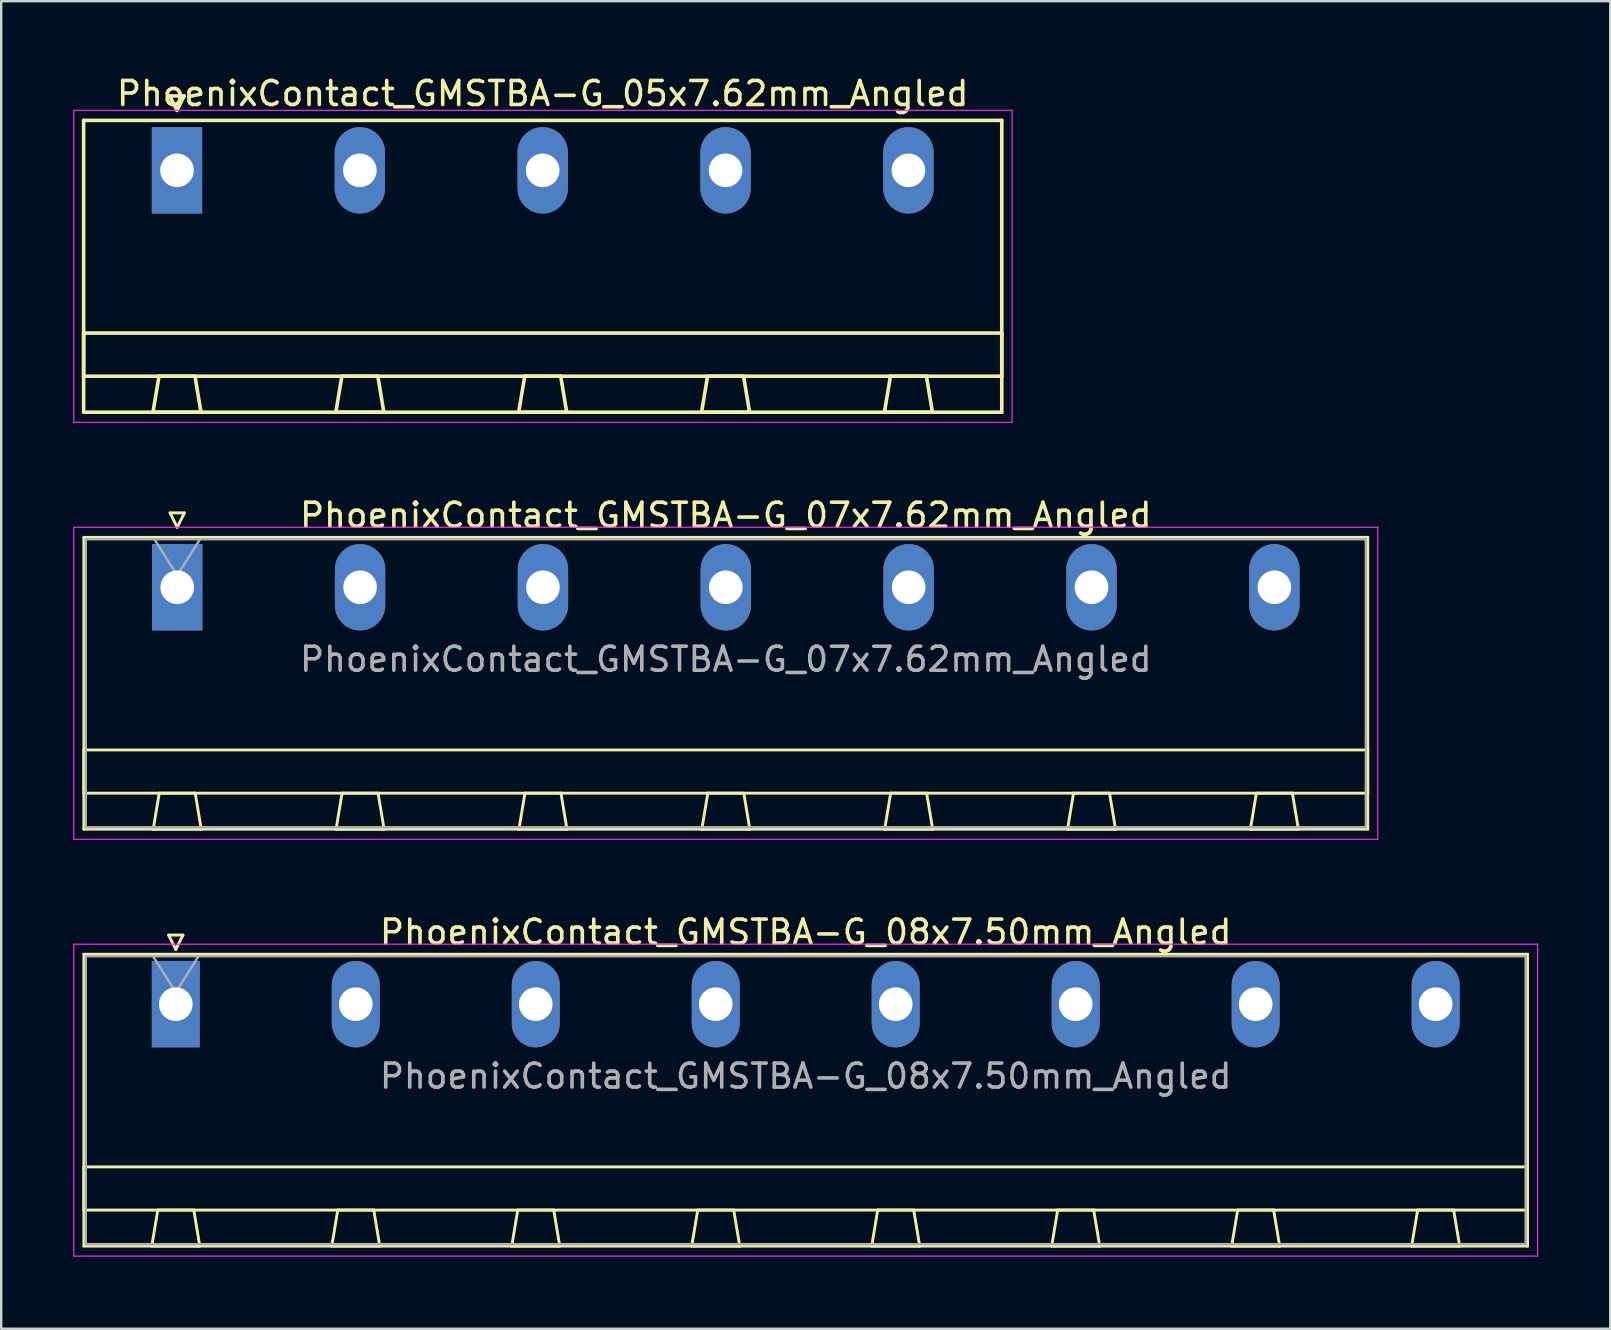
<source format=kicad_pcb>
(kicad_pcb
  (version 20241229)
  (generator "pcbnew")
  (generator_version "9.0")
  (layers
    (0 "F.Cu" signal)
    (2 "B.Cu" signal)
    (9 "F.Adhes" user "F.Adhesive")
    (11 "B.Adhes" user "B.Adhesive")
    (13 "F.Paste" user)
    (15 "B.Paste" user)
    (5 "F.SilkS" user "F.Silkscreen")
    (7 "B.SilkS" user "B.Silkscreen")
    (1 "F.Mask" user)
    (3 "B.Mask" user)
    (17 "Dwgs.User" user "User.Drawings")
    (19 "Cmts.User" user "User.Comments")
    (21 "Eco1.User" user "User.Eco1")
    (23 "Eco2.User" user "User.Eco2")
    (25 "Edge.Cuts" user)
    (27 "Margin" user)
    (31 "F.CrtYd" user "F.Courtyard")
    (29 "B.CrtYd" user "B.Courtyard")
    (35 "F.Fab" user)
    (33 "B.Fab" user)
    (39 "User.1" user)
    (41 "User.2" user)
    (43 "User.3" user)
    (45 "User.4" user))
  (footprint "PhoenixContact_GMSTBA-G_07x7.62mm_Angled"
    (layer "F.Cu")
    (at 4.335 21.422)
    (property "Reference" "PhoenixContact_GMSTBA-G_07x7.62mm_Angled" (at 22.86 -3 0) (layer "F.SilkS") (effects (font (size 1 1) (thickness 0.15))))
    (attr through_hole)
    (fp_line (start -3.89 -2.08) (end -3.89 10.08) (stroke (width 0.12) (type solid)) (layer "F.SilkS"))
    (fp_line (start -3.89 6.78) (end 49.61 6.78) (stroke (width 0.12) (type solid)) (layer "F.SilkS"))
    (fp_line (start -3.89 8.58) (end -3.89 6.78) (stroke (width 0.12) (type solid)) (layer "F.SilkS"))
    (fp_line (start -3.89 10.08) (end 49.61 10.08) (stroke (width 0.12) (type solid)) (layer "F.SilkS"))
    (fp_line (start -1 10.08) (end 1 10.08) (stroke (width 0.12) (type solid)) (layer "F.SilkS"))
    (fp_line (start -0.75 8.58) (end -1 10.08) (stroke (width 0.12) (type solid)) (layer "F.SilkS"))
    (fp_line (start -0.3 -3.1) (end 0.3 -3.1) (stroke (width 0.12) (type solid)) (layer "F.SilkS"))
    (fp_line (start 0 -2.5) (end -0.3 -3.1) (stroke (width 0.12) (type solid)) (layer "F.SilkS"))
    (fp_line (start 0.3 -3.1) (end 0 -2.5) (stroke (width 0.12) (type solid)) (layer "F.SilkS"))
    (fp_line (start 0.75 8.58) (end -0.75 8.58) (stroke (width 0.12) (type solid)) (layer "F.SilkS"))
    (fp_line (start 1 10.08) (end 0.75 8.58) (stroke (width 0.12) (type solid)) (layer "F.SilkS"))
    (fp_line (start 6.62 10.08) (end 8.62 10.08) (stroke (width 0.12) (type solid)) (layer "F.SilkS"))
    (fp_line (start 6.87 8.58) (end 6.62 10.08) (stroke (width 0.12) (type solid)) (layer "F.SilkS"))
    (fp_line (start 8.37 8.58) (end 6.87 8.58) (stroke (width 0.12) (type solid)) (layer "F.SilkS"))
    (fp_line (start 8.62 10.08) (end 8.37 8.58) (stroke (width 0.12) (type solid)) (layer "F.SilkS"))
    (fp_line (start 14.24 10.08) (end 16.24 10.08) (stroke (width 0.12) (type solid)) (layer "F.SilkS"))
    (fp_line (start 14.49 8.58) (end 14.24 10.08) (stroke (width 0.12) (type solid)) (layer "F.SilkS"))
    (fp_line (start 15.99 8.58) (end 14.49 8.58) (stroke (width 0.12) (type solid)) (layer "F.SilkS"))
    (fp_line (start 16.24 10.08) (end 15.99 8.58) (stroke (width 0.12) (type solid)) (layer "F.SilkS"))
    (fp_line (start 21.86 10.08) (end 23.86 10.08) (stroke (width 0.12) (type solid)) (layer "F.SilkS"))
    (fp_line (start 22.11 8.58) (end 21.86 10.08) (stroke (width 0.12) (type solid)) (layer "F.SilkS"))
    (fp_line (start 23.61 8.58) (end 22.11 8.58) (stroke (width 0.12) (type solid)) (layer "F.SilkS"))
    (fp_line (start 23.86 10.08) (end 23.61 8.58) (stroke (width 0.12) (type solid)) (layer "F.SilkS"))
    (fp_line (start 29.48 10.08) (end 31.48 10.08) (stroke (width 0.12) (type solid)) (layer "F.SilkS"))
    (fp_line (start 29.73 8.58) (end 29.48 10.08) (stroke (width 0.12) (type solid)) (layer "F.SilkS"))
    (fp_line (start 31.23 8.58) (end 29.73 8.58) (stroke (width 0.12) (type solid)) (layer "F.SilkS"))
    (fp_line (start 31.48 10.08) (end 31.23 8.58) (stroke (width 0.12) (type solid)) (layer "F.SilkS"))
    (fp_line (start 37.1 10.08) (end 39.1 10.08) (stroke (width 0.12) (type solid)) (layer "F.SilkS"))
    (fp_line (start 37.35 8.58) (end 37.1 10.08) (stroke (width 0.12) (type solid)) (layer "F.SilkS"))
    (fp_line (start 38.85 8.58) (end 37.35 8.58) (stroke (width 0.12) (type solid)) (layer "F.SilkS"))
    (fp_line (start 39.1 10.08) (end 38.85 8.58) (stroke (width 0.12) (type solid)) (layer "F.SilkS"))
    (fp_line (start 44.72 10.08) (end 46.72 10.08) (stroke (width 0.12) (type solid)) (layer "F.SilkS"))
    (fp_line (start 44.97 8.58) (end 44.72 10.08) (stroke (width 0.12) (type solid)) (layer "F.SilkS"))
    (fp_line (start 46.47 8.58) (end 44.97 8.58) (stroke (width 0.12) (type solid)) (layer "F.SilkS"))
    (fp_line (start 46.72 10.08) (end 46.47 8.58) (stroke (width 0.12) (type solid)) (layer "F.SilkS"))
    (fp_line (start 49.61 -2.08) (end -3.89 -2.08) (stroke (width 0.12) (type solid)) (layer "F.SilkS"))
    (fp_line (start 49.61 6.78) (end 49.61 8.58) (stroke (width 0.12) (type solid)) (layer "F.SilkS"))
    (fp_line (start 49.61 8.58) (end -3.89 8.58) (stroke (width 0.12) (type solid)) (layer "F.SilkS"))
    (fp_line (start 49.61 10.08) (end 49.61 -2.08) (stroke (width 0.12) (type solid)) (layer "F.SilkS"))
    (fp_line (start -4.31 -2.5) (end -4.31 10.5) (stroke (width 0.05) (type solid)) (layer "F.CrtYd"))
    (fp_line (start -4.31 10.5) (end 50.03 10.5) (stroke (width 0.05) (type solid)) (layer "F.CrtYd"))
    (fp_line (start 50.03 -2.5) (end -4.31 -2.5) (stroke (width 0.05) (type solid)) (layer "F.CrtYd"))
    (fp_line (start 50.03 10.5) (end 50.03 -2.5) (stroke (width 0.05) (type solid)) (layer "F.CrtYd"))
    (fp_line (start -3.81 -2) (end -3.81 10) (stroke (width 0.1) (type solid)) (layer "F.Fab"))
    (fp_line (start -3.81 10) (end 49.53 10) (stroke (width 0.1) (type solid)) (layer "F.Fab"))
    (fp_line (start 0 -0.5) (end -0.95 -2) (stroke (width 0.1) (type solid)) (layer "F.Fab"))
    (fp_line (start 0.95 -2) (end 0 -0.5) (stroke (width 0.1) (type solid)) (layer "F.Fab"))
    (fp_line (start 49.53 -2) (end -3.81 -2) (stroke (width 0.1) (type solid)) (layer "F.Fab"))
    (fp_line (start 49.53 10) (end 49.53 -2) (stroke (width 0.1) (type solid)) (layer "F.Fab"))
    (fp_text user "${REFERENCE}" (at 22.86 3 0) (layer "F.Fab") (effects (font (size 1 1) (thickness 0.15))))
    (pad "1" thru_hole rect (at 0 0) (size 2.1 3.6) (drill 1.4) (layers "*.Cu" "*.Mask"))
    (pad "2" thru_hole oval (at 7.62 0) (size 2.1 3.6) (drill 1.4) (layers "*.Cu" "*.Mask"))
    (pad "3" thru_hole oval (at 15.24 0) (size 2.1 3.6) (drill 1.4) (layers "*.Cu" "*.Mask"))
    (pad "4" thru_hole oval (at 22.86 0) (size 2.1 3.6) (drill 1.4) (layers "*.Cu" "*.Mask"))
    (pad "5" thru_hole oval (at 30.48 0) (size 2.1 3.6) (drill 1.4) (layers "*.Cu" "*.Mask"))
    (pad "6" thru_hole oval (at 38.1 0) (size 2.1 3.6) (drill 1.4) (layers "*.Cu" "*.Mask"))
    (pad "7" thru_hole oval (at 45.72 0) (size 2.1 3.6) (drill 1.4) (layers "*.Cu" "*.Mask")))
  (footprint "PhoenixContact_GMSTBA-G_05x7.62mm_Angled"
    (layer "F.Cu")
    (at 4.325 4.048)
    (property "Reference" "PhoenixContact_GMSTBA-G_05x7.62mm_Angled" (at 15.24 -3.2 0) (layer "F.SilkS") (effects (font (size 1 1) (thickness 0.15))))
    (attr through_hole)
    (fp_line (start -3.89 -2.08) (end -3.89 10.08) (stroke (width 0.15) (type solid)) (layer "F.SilkS"))
    (fp_line (start -3.89 6.78) (end 34.37 6.78) (stroke (width 0.15) (type solid)) (layer "F.SilkS"))
    (fp_line (start -3.89 8.58) (end -3.89 6.78) (stroke (width 0.15) (type solid)) (layer "F.SilkS"))
    (fp_line (start -3.89 10.08) (end 34.37 10.08) (stroke (width 0.15) (type solid)) (layer "F.SilkS"))
    (fp_line (start -1 10.08) (end 1 10.08) (stroke (width 0.15) (type solid)) (layer "F.SilkS"))
    (fp_line (start -0.75 8.58) (end -1 10.08) (stroke (width 0.15) (type solid)) (layer "F.SilkS"))
    (fp_line (start -0.3 -3.1) (end 0 -2.5) (stroke (width 0.15) (type solid)) (layer "F.SilkS"))
    (fp_line (start 0 -2.5) (end 0.3 -3.1) (stroke (width 0.15) (type solid)) (layer "F.SilkS"))
    (fp_line (start 0.3 -3.1) (end -0.3 -3.1) (stroke (width 0.15) (type solid)) (layer "F.SilkS"))
    (fp_line (start 0.75 8.58) (end -0.75 8.58) (stroke (width 0.15) (type solid)) (layer "F.SilkS"))
    (fp_line (start 1 10.08) (end 0.75 8.58) (stroke (width 0.15) (type solid)) (layer "F.SilkS"))
    (fp_line (start 6.62 10.08) (end 8.62 10.08) (stroke (width 0.15) (type solid)) (layer "F.SilkS"))
    (fp_line (start 6.87 8.58) (end 6.62 10.08) (stroke (width 0.15) (type solid)) (layer "F.SilkS"))
    (fp_line (start 8.37 8.58) (end 6.87 8.58) (stroke (width 0.15) (type solid)) (layer "F.SilkS"))
    (fp_line (start 8.62 10.08) (end 8.37 8.58) (stroke (width 0.15) (type solid)) (layer "F.SilkS"))
    (fp_line (start 14.24 10.08) (end 16.24 10.08) (stroke (width 0.15) (type solid)) (layer "F.SilkS"))
    (fp_line (start 14.49 8.58) (end 14.24 10.08) (stroke (width 0.15) (type solid)) (layer "F.SilkS"))
    (fp_line (start 15.99 8.58) (end 14.49 8.58) (stroke (width 0.15) (type solid)) (layer "F.SilkS"))
    (fp_line (start 16.24 10.08) (end 15.99 8.58) (stroke (width 0.15) (type solid)) (layer "F.SilkS"))
    (fp_line (start 21.86 10.08) (end 23.86 10.08) (stroke (width 0.15) (type solid)) (layer "F.SilkS"))
    (fp_line (start 22.11 8.58) (end 21.86 10.08) (stroke (width 0.15) (type solid)) (layer "F.SilkS"))
    (fp_line (start 23.61 8.58) (end 22.11 8.58) (stroke (width 0.15) (type solid)) (layer "F.SilkS"))
    (fp_line (start 23.86 10.08) (end 23.61 8.58) (stroke (width 0.15) (type solid)) (layer "F.SilkS"))
    (fp_line (start 29.48 10.08) (end 31.48 10.08) (stroke (width 0.15) (type solid)) (layer "F.SilkS"))
    (fp_line (start 29.73 8.58) (end 29.48 10.08) (stroke (width 0.15) (type solid)) (layer "F.SilkS"))
    (fp_line (start 31.23 8.58) (end 29.73 8.58) (stroke (width 0.15) (type solid)) (layer "F.SilkS"))
    (fp_line (start 31.48 10.08) (end 31.23 8.58) (stroke (width 0.15) (type solid)) (layer "F.SilkS"))
    (fp_line (start 34.37 -2.08) (end -3.89 -2.08) (stroke (width 0.15) (type solid)) (layer "F.SilkS"))
    (fp_line (start 34.37 6.78) (end 34.37 8.58) (stroke (width 0.15) (type solid)) (layer "F.SilkS"))
    (fp_line (start 34.37 8.58) (end -3.89 8.58) (stroke (width 0.15) (type solid)) (layer "F.SilkS"))
    (fp_line (start 34.37 10.08) (end 34.37 -2.08) (stroke (width 0.15) (type solid)) (layer "F.SilkS"))
    (fp_line (start -4.3 -2.5) (end -4.3 10.5) (stroke (width 0.05) (type solid)) (layer "F.CrtYd"))
    (fp_line (start -4.3 10.5) (end 34.8 10.5) (stroke (width 0.05) (type solid)) (layer "F.CrtYd"))
    (fp_line (start 34.8 -2.5) (end -4.3 -2.5) (stroke (width 0.05) (type solid)) (layer "F.CrtYd"))
    (fp_line (start 34.8 10.5) (end 34.8 -2.5) (stroke (width 0.05) (type solid)) (layer "F.CrtYd"))
    (pad "1" thru_hole rect (at 0 0) (size 2.1 3.6) (drill 1.4) (layers "*.Cu" "*.Mask"))
    (pad "2" thru_hole oval (at 7.62 0) (size 2.1 3.6) (drill 1.4) (layers "*.Cu" "*.Mask"))
    (pad "3" thru_hole oval (at 15.24 0) (size 2.1 3.6) (drill 1.4) (layers "*.Cu" "*.Mask"))
    (pad "4" thru_hole oval (at 22.86 0) (size 2.1 3.6) (drill 1.4) (layers "*.Cu" "*.Mask"))
    (pad "5" thru_hole oval (at 30.48 0) (size 2.1 3.6) (drill 1.4) (layers "*.Cu" "*.Mask")))
  (footprint "PhoenixContact_GMSTBA-G_08x7.50mm_Angled"
    (layer "F.Cu")
    (at 4.275 38.795)
    (property "Reference" "PhoenixContact_GMSTBA-G_08x7.50mm_Angled" (at 26.25 -3 0) (layer "F.SilkS") (effects (font (size 1 1) (thickness 0.15))))
    (attr through_hole)
    (fp_line (start -3.83 -2.08) (end -3.83 10.08) (stroke (width 0.12) (type solid)) (layer "F.SilkS"))
    (fp_line (start -3.83 6.78) (end 56.33 6.78) (stroke (width 0.12) (type solid)) (layer "F.SilkS"))
    (fp_line (start -3.83 8.58) (end -3.83 6.78) (stroke (width 0.12) (type solid)) (layer "F.SilkS"))
    (fp_line (start -3.83 10.08) (end 56.33 10.08) (stroke (width 0.12) (type solid)) (layer "F.SilkS"))
    (fp_line (start -1 10.08) (end 1 10.08) (stroke (width 0.12) (type solid)) (layer "F.SilkS"))
    (fp_line (start -0.75 8.58) (end -1 10.08) (stroke (width 0.12) (type solid)) (layer "F.SilkS"))
    (fp_line (start -0.3 -2.88) (end 0.3 -2.88) (stroke (width 0.12) (type solid)) (layer "F.SilkS"))
    (fp_line (start 0 -2.28) (end -0.3 -2.88) (stroke (width 0.12) (type solid)) (layer "F.SilkS"))
    (fp_line (start 0.3 -2.88) (end 0 -2.28) (stroke (width 0.12) (type solid)) (layer "F.SilkS"))
    (fp_line (start 0.75 8.58) (end -0.75 8.58) (stroke (width 0.12) (type solid)) (layer "F.SilkS"))
    (fp_line (start 1 10.08) (end 0.75 8.58) (stroke (width 0.12) (type solid)) (layer "F.SilkS"))
    (fp_line (start 6.5 10.08) (end 8.5 10.08) (stroke (width 0.12) (type solid)) (layer "F.SilkS"))
    (fp_line (start 6.75 8.58) (end 6.5 10.08) (stroke (width 0.12) (type solid)) (layer "F.SilkS"))
    (fp_line (start 8.25 8.58) (end 6.75 8.58) (stroke (width 0.12) (type solid)) (layer "F.SilkS"))
    (fp_line (start 8.5 10.08) (end 8.25 8.58) (stroke (width 0.12) (type solid)) (layer "F.SilkS"))
    (fp_line (start 14 10.08) (end 16 10.08) (stroke (width 0.12) (type solid)) (layer "F.SilkS"))
    (fp_line (start 14.25 8.58) (end 14 10.08) (stroke (width 0.12) (type solid)) (layer "F.SilkS"))
    (fp_line (start 15.75 8.58) (end 14.25 8.58) (stroke (width 0.12) (type solid)) (layer "F.SilkS"))
    (fp_line (start 16 10.08) (end 15.75 8.58) (stroke (width 0.12) (type solid)) (layer "F.SilkS"))
    (fp_line (start 21.5 10.08) (end 23.5 10.08) (stroke (width 0.12) (type solid)) (layer "F.SilkS"))
    (fp_line (start 21.75 8.58) (end 21.5 10.08) (stroke (width 0.12) (type solid)) (layer "F.SilkS"))
    (fp_line (start 23.25 8.58) (end 21.75 8.58) (stroke (width 0.12) (type solid)) (layer "F.SilkS"))
    (fp_line (start 23.5 10.08) (end 23.25 8.58) (stroke (width 0.12) (type solid)) (layer "F.SilkS"))
    (fp_line (start 29 10.08) (end 31 10.08) (stroke (width 0.12) (type solid)) (layer "F.SilkS"))
    (fp_line (start 29.25 8.58) (end 29 10.08) (stroke (width 0.12) (type solid)) (layer "F.SilkS"))
    (fp_line (start 30.75 8.58) (end 29.25 8.58) (stroke (width 0.12) (type solid)) (layer "F.SilkS"))
    (fp_line (start 31 10.08) (end 30.75 8.58) (stroke (width 0.12) (type solid)) (layer "F.SilkS"))
    (fp_line (start 36.5 10.08) (end 38.5 10.08) (stroke (width 0.12) (type solid)) (layer "F.SilkS"))
    (fp_line (start 36.75 8.58) (end 36.5 10.08) (stroke (width 0.12) (type solid)) (layer "F.SilkS"))
    (fp_line (start 38.25 8.58) (end 36.75 8.58) (stroke (width 0.12) (type solid)) (layer "F.SilkS"))
    (fp_line (start 38.5 10.08) (end 38.25 8.58) (stroke (width 0.12) (type solid)) (layer "F.SilkS"))
    (fp_line (start 44 10.08) (end 46 10.08) (stroke (width 0.12) (type solid)) (layer "F.SilkS"))
    (fp_line (start 44.25 8.58) (end 44 10.08) (stroke (width 0.12) (type solid)) (layer "F.SilkS"))
    (fp_line (start 45.75 8.58) (end 44.25 8.58) (stroke (width 0.12) (type solid)) (layer "F.SilkS"))
    (fp_line (start 46 10.08) (end 45.75 8.58) (stroke (width 0.12) (type solid)) (layer "F.SilkS"))
    (fp_line (start 51.5 10.08) (end 53.5 10.08) (stroke (width 0.12) (type solid)) (layer "F.SilkS"))
    (fp_line (start 51.75 8.58) (end 51.5 10.08) (stroke (width 0.12) (type solid)) (layer "F.SilkS"))
    (fp_line (start 53.25 8.58) (end 51.75 8.58) (stroke (width 0.12) (type solid)) (layer "F.SilkS"))
    (fp_line (start 53.5 10.08) (end 53.25 8.58) (stroke (width 0.12) (type solid)) (layer "F.SilkS"))
    (fp_line (start 56.33 -2.08) (end -3.83 -2.08) (stroke (width 0.12) (type solid)) (layer "F.SilkS"))
    (fp_line (start 56.33 6.78) (end 56.33 8.58) (stroke (width 0.12) (type solid)) (layer "F.SilkS"))
    (fp_line (start 56.33 8.58) (end -3.83 8.58) (stroke (width 0.12) (type solid)) (layer "F.SilkS"))
    (fp_line (start 56.33 10.08) (end 56.33 -2.08) (stroke (width 0.12) (type solid)) (layer "F.SilkS"))
    (fp_line (start -4.25 -2.5) (end -4.25 10.5) (stroke (width 0.05) (type solid)) (layer "F.CrtYd"))
    (fp_line (start -4.25 10.5) (end 56.75 10.5) (stroke (width 0.05) (type solid)) (layer "F.CrtYd"))
    (fp_line (start 56.75 -2.5) (end -4.25 -2.5) (stroke (width 0.05) (type solid)) (layer "F.CrtYd"))
    (fp_line (start 56.75 10.5) (end 56.75 -2.5) (stroke (width 0.05) (type solid)) (layer "F.CrtYd"))
    (fp_line (start -3.75 -2) (end -3.75 10) (stroke (width 0.1) (type solid)) (layer "F.Fab"))
    (fp_line (start -3.75 10) (end 56.25 10) (stroke (width 0.1) (type solid)) (layer "F.Fab"))
    (fp_line (start 0 -0.5) (end -0.95 -2) (stroke (width 0.1) (type solid)) (layer "F.Fab"))
    (fp_line (start 0.95 -2) (end 0 -0.5) (stroke (width 0.1) (type solid)) (layer "F.Fab"))
    (fp_line (start 56.25 -2) (end -3.75 -2) (stroke (width 0.1) (type solid)) (layer "F.Fab"))
    (fp_line (start 56.25 10) (end 56.25 -2) (stroke (width 0.1) (type solid)) (layer "F.Fab"))
    (fp_text user "${REFERENCE}" (at 26.25 3 0) (layer "F.Fab") (effects (font (size 1 1) (thickness 0.15))))
    (pad "1" thru_hole rect (at 0 0) (size 2 3.6) (drill 1.4) (layers "*.Cu" "*.Mask"))
    (pad "2" thru_hole oval (at 7.5 0) (size 2 3.6) (drill 1.4) (layers "*.Cu" "*.Mask"))
    (pad "3" thru_hole oval (at 15 0) (size 2 3.6) (drill 1.4) (layers "*.Cu" "*.Mask"))
    (pad "4" thru_hole oval (at 22.5 0) (size 2 3.6) (drill 1.4) (layers "*.Cu" "*.Mask"))
    (pad "5" thru_hole oval (at 30 0) (size 2 3.6) (drill 1.4) (layers "*.Cu" "*.Mask"))
    (pad "6" thru_hole oval (at 37.5 0) (size 2 3.6) (drill 1.4) (layers "*.Cu" "*.Mask"))
    (pad "7" thru_hole oval (at 45 0) (size 2 3.6) (drill 1.4) (layers "*.Cu" "*.Mask"))
    (pad "8" thru_hole oval (at 52.5 0) (size 2 3.6) (drill 1.4) (layers "*.Cu" "*.Mask")))
  (gr_rect
    (start -3 -3)
    (end 64.05 52.32)
    (stroke (width 0.1) (type default))
    (fill no)
    (layer "Edge.Cuts")))
</source>
